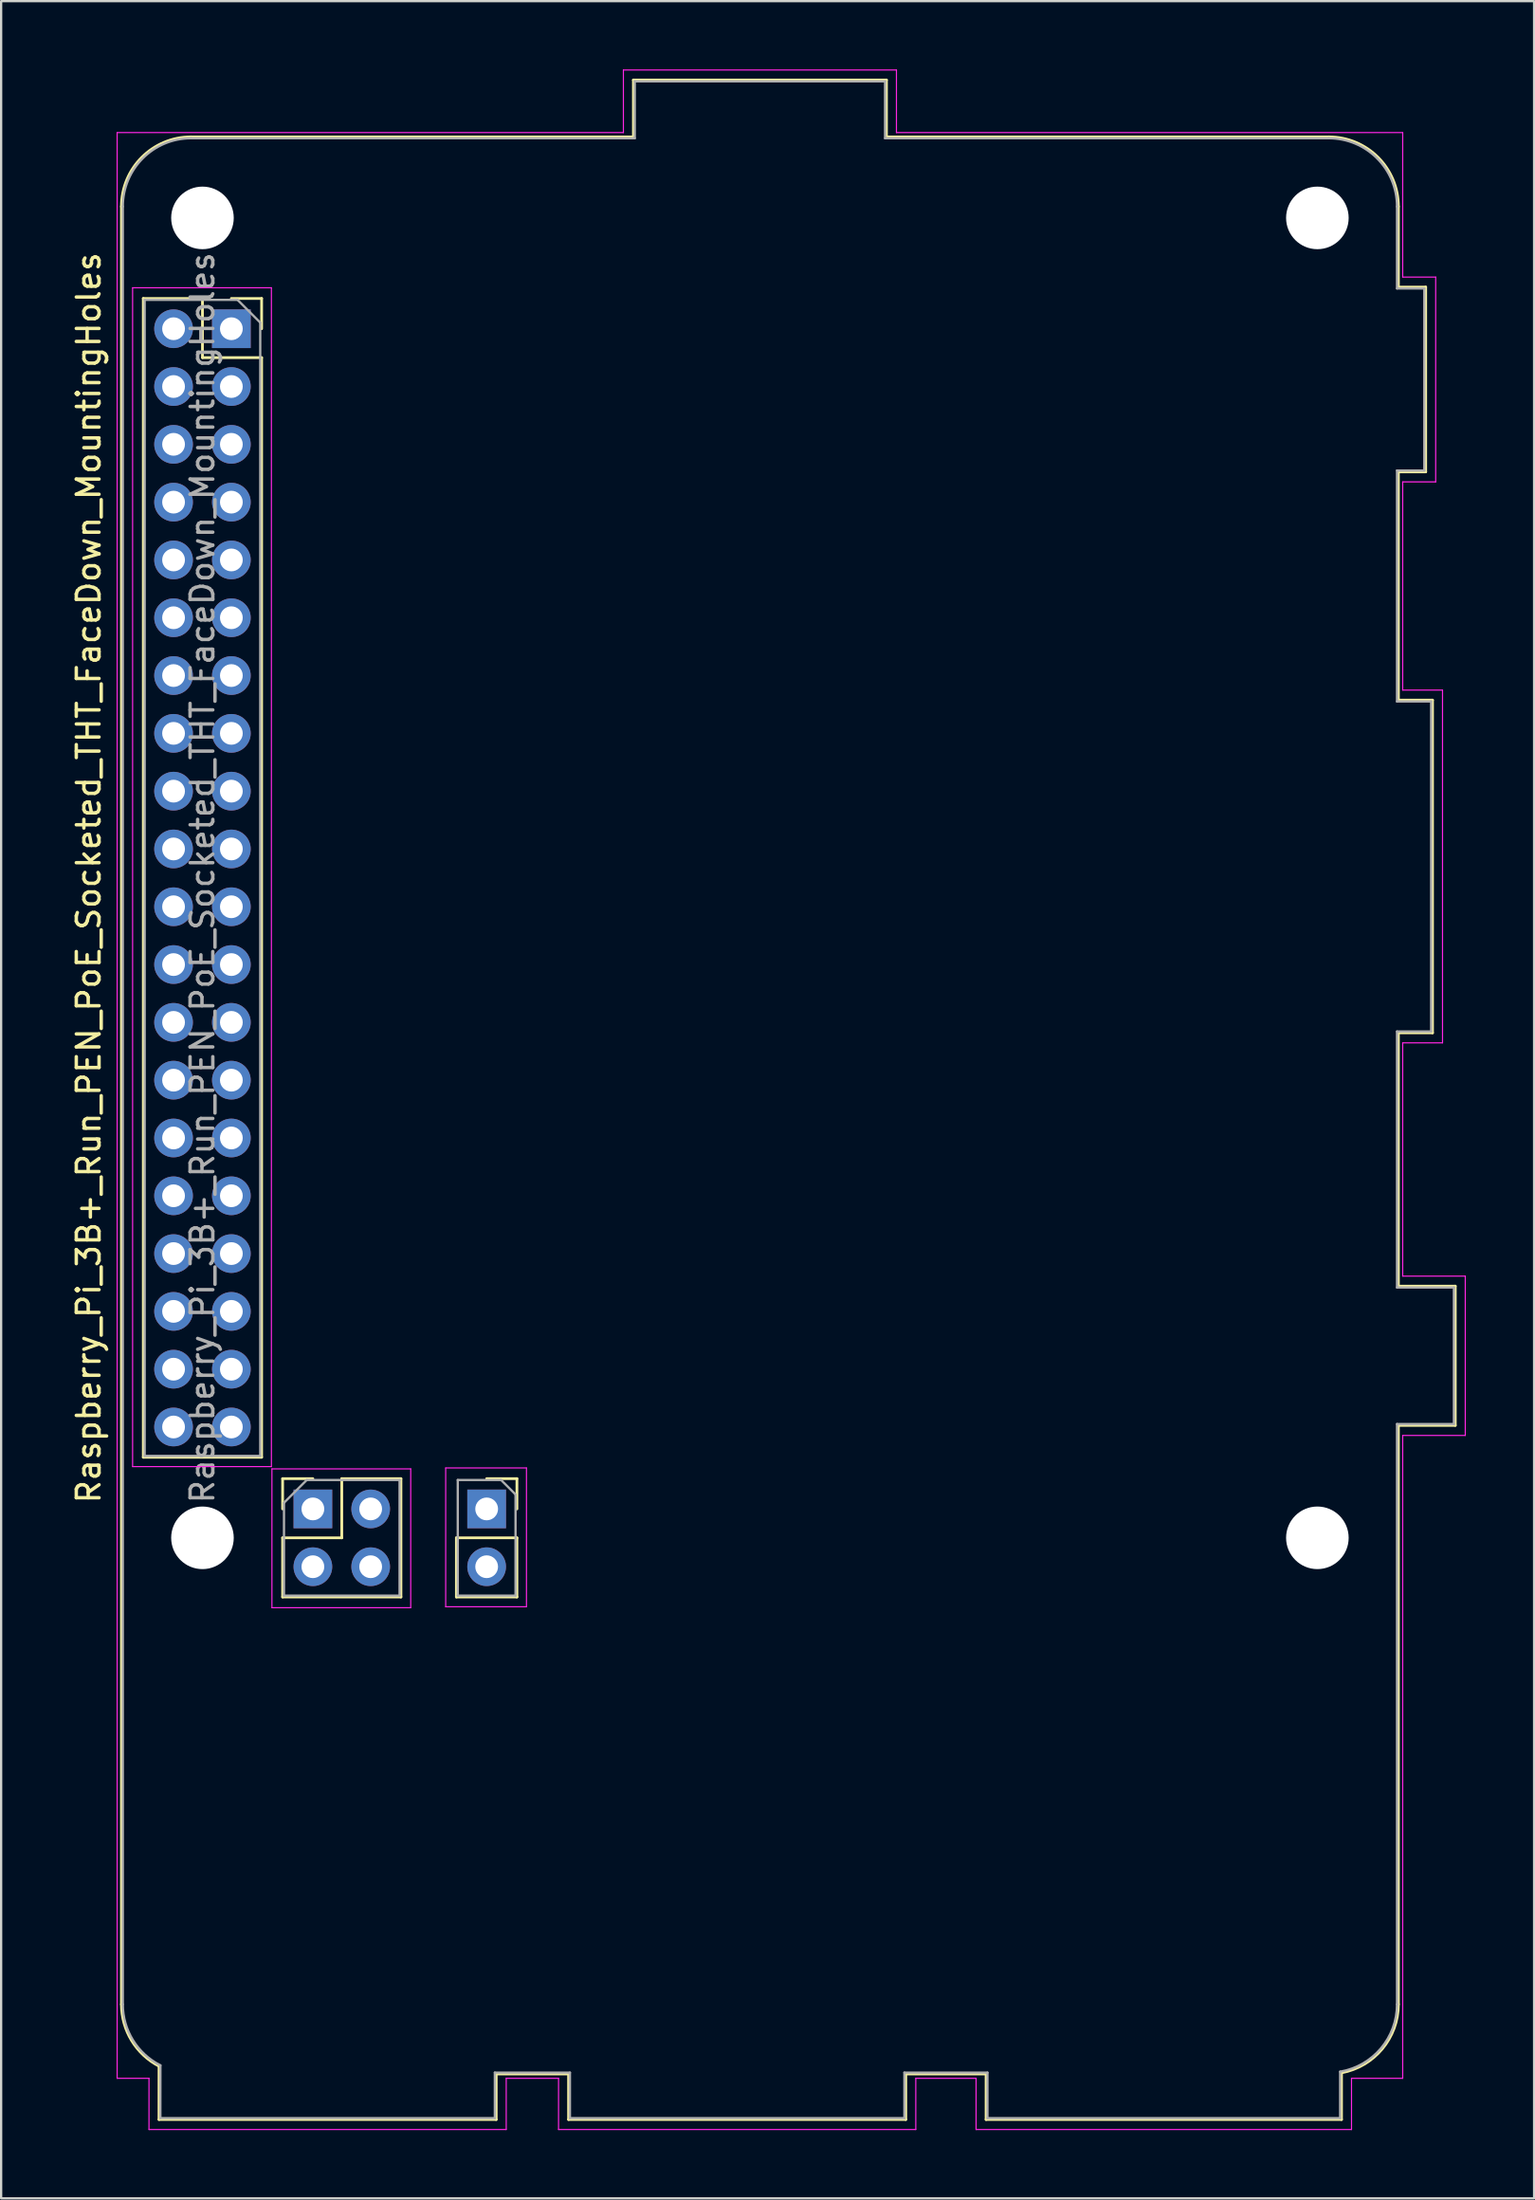
<source format=kicad_pcb>
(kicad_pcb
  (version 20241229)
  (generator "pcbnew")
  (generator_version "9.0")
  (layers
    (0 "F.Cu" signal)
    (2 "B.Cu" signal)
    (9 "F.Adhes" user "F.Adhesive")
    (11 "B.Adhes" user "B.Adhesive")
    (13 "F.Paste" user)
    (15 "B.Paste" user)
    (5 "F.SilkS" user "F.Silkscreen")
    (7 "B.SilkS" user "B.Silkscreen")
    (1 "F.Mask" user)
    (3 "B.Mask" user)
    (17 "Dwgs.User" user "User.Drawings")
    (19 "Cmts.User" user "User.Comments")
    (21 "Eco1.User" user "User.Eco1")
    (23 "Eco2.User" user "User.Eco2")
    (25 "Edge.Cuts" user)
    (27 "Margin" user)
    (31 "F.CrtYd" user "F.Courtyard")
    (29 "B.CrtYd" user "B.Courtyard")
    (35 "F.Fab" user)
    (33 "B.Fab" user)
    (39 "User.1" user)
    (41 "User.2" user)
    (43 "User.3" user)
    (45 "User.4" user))
  (footprint "Raspberry_Pi_3B+_Run_PEN_PoE_Socketed_THT_FaceDown_MountingHoles"
    (layer "F.Cu")
    (at 7.118 11.395)
    (property "Reference" "Raspberry_Pi_3B+_Run_PEN_PoE_Socketed_THT_FaceDown_MountingHoles" (at -6.27 24.13 90) (layer "F.SilkS") (effects (font (size 1 1) (thickness 0.15))))
    (attr through_hole)
    (fp_line (start -4.83 73.63) (end -4.83 -5.37) (stroke (width 0.12) (type solid)) (layer "F.SilkS"))
    (fp_line (start -3.87 -1.33) (end -3.87 49.59) (stroke (width 0.12) (type solid)) (layer "F.SilkS"))
    (fp_line (start -3.87 -1.33) (end -1.27 -1.33) (stroke (width 0.12) (type solid)) (layer "F.SilkS"))
    (fp_line (start -3.87 49.59) (end 1.33 49.59) (stroke (width 0.12) (type solid)) (layer "F.SilkS"))
    (fp_line (start -3.18 78.69) (end -3.178 76.347) (stroke (width 0.12) (type solid)) (layer "F.SilkS"))
    (fp_line (start -1.77 -8.43) (end 17.67 -8.43) (stroke (width 0.12) (type solid)) (layer "F.SilkS"))
    (fp_line (start -1.27 -1.33) (end -1.27 1.27) (stroke (width 0.12) (type solid)) (layer "F.SilkS"))
    (fp_line (start -1.27 1.27) (end 1.33 1.27) (stroke (width 0.12) (type solid)) (layer "F.SilkS"))
    (fp_line (start 0 -1.33) (end 1.33 -1.33) (stroke (width 0.12) (type solid)) (layer "F.SilkS"))
    (fp_line (start 1.33 -1.33) (end 1.33 0) (stroke (width 0.12) (type solid)) (layer "F.SilkS"))
    (fp_line (start 1.33 1.27) (end 1.33 49.59) (stroke (width 0.12) (type solid)) (layer "F.SilkS"))
    (fp_line (start 2.253 50.53) (end 3.583 50.53) (stroke (width 0.12) (type solid)) (layer "F.SilkS"))
    (fp_line (start 2.253 51.86) (end 2.253 50.53) (stroke (width 0.12) (type solid)) (layer "F.SilkS"))
    (fp_line (start 2.253 53.13) (end 4.853 53.13) (stroke (width 0.12) (type solid)) (layer "F.SilkS"))
    (fp_line (start 2.253 55.73) (end 2.253 53.13) (stroke (width 0.12) (type solid)) (layer "F.SilkS"))
    (fp_line (start 2.253 55.73) (end 7.453 55.73) (stroke (width 0.12) (type solid)) (layer "F.SilkS"))
    (fp_line (start 4.853 50.53) (end 7.453 50.53) (stroke (width 0.12) (type solid)) (layer "F.SilkS"))
    (fp_line (start 4.853 53.13) (end 4.853 50.53) (stroke (width 0.12) (type solid)) (layer "F.SilkS"))
    (fp_line (start 7.453 55.73) (end 7.453 50.53) (stroke (width 0.12) (type solid)) (layer "F.SilkS"))
    (fp_line (start 9.89 53.13) (end 9.89 55.73) (stroke (width 0.12) (type solid)) (layer "F.SilkS"))
    (fp_line (start 9.89 53.13) (end 12.55 53.13) (stroke (width 0.12) (type solid)) (layer "F.SilkS"))
    (fp_line (start 9.89 55.73) (end 12.55 55.73) (stroke (width 0.12) (type solid)) (layer "F.SilkS"))
    (fp_line (start 11.22 50.53) (end 12.55 50.53) (stroke (width 0.12) (type solid)) (layer "F.SilkS"))
    (fp_line (start 11.64 76.69) (end 11.64 78.69) (stroke (width 0.12) (type solid)) (layer "F.SilkS"))
    (fp_line (start 11.64 78.69) (end -3.18 78.69) (stroke (width 0.12) (type solid)) (layer "F.SilkS"))
    (fp_line (start 12.55 50.53) (end 12.55 51.86) (stroke (width 0.12) (type solid)) (layer "F.SilkS"))
    (fp_line (start 12.55 53.13) (end 12.55 55.73) (stroke (width 0.12) (type solid)) (layer "F.SilkS"))
    (fp_line (start 14.82 76.69) (end 11.64 76.69) (stroke (width 0.12) (type solid)) (layer "F.SilkS"))
    (fp_line (start 14.82 78.69) (end 14.82 76.69) (stroke (width 0.12) (type solid)) (layer "F.SilkS"))
    (fp_line (start 17.67 -10.93) (end 17.67 -8.43) (stroke (width 0.12) (type solid)) (layer "F.SilkS"))
    (fp_line (start 28.79 -10.93) (end 17.67 -10.93) (stroke (width 0.12) (type solid)) (layer "F.SilkS"))
    (fp_line (start 28.79 -8.43) (end 28.79 -10.93) (stroke (width 0.12) (type solid)) (layer "F.SilkS"))
    (fp_line (start 29.64 76.69) (end 29.64 78.69) (stroke (width 0.12) (type solid)) (layer "F.SilkS"))
    (fp_line (start 29.64 78.69) (end 14.82 78.69) (stroke (width 0.12) (type solid)) (layer "F.SilkS"))
    (fp_line (start 33.17 76.69) (end 29.64 76.69) (stroke (width 0.12) (type solid)) (layer "F.SilkS"))
    (fp_line (start 33.17 78.69) (end 33.17 76.69) (stroke (width 0.12) (type solid)) (layer "F.SilkS"))
    (fp_line (start 48.23 -8.43) (end 28.79 -8.43) (stroke (width 0.12) (type solid)) (layer "F.SilkS"))
    (fp_line (start 48.79 78.69) (end 33.17 78.69) (stroke (width 0.12) (type solid)) (layer "F.SilkS"))
    (fp_line (start 48.79 78.69) (end 48.79 76.638) (stroke (width 0.12) (type solid)) (layer "F.SilkS"))
    (fp_line (start 51.29 -5.37) (end 51.29 -1.83) (stroke (width 0.12) (type solid)) (layer "F.SilkS"))
    (fp_line (start 51.29 -1.83) (end 52.49 -1.83) (stroke (width 0.12) (type solid)) (layer "F.SilkS"))
    (fp_line (start 51.29 6.29) (end 51.29 16.32) (stroke (width 0.12) (type solid)) (layer "F.SilkS"))
    (fp_line (start 51.29 16.32) (end 52.79 16.32) (stroke (width 0.12) (type solid)) (layer "F.SilkS"))
    (fp_line (start 51.29 30.94) (end 51.29 42.07) (stroke (width 0.12) (type solid)) (layer "F.SilkS"))
    (fp_line (start 51.29 42.07) (end 53.79 42.07) (stroke (width 0.12) (type solid)) (layer "F.SilkS"))
    (fp_line (start 51.29 48.19) (end 51.29 73.63) (stroke (width 0.12) (type solid)) (layer "F.SilkS"))
    (fp_line (start 52.49 -1.83) (end 52.49 6.29) (stroke (width 0.12) (type solid)) (layer "F.SilkS"))
    (fp_line (start 52.49 6.29) (end 51.29 6.29) (stroke (width 0.12) (type solid)) (layer "F.SilkS"))
    (fp_line (start 52.79 16.32) (end 52.79 30.94) (stroke (width 0.12) (type solid)) (layer "F.SilkS"))
    (fp_line (start 52.79 30.94) (end 51.29 30.94) (stroke (width 0.12) (type solid)) (layer "F.SilkS"))
    (fp_line (start 53.79 42.07) (end 53.79 48.19) (stroke (width 0.12) (type solid)) (layer "F.SilkS"))
    (fp_line (start 53.79 48.19) (end 51.29 48.19) (stroke (width 0.12) (type solid)) (layer "F.SilkS"))
    (fp_arc (start -4.83 -5.37) (mid -3.933747 -7.533747) (end -1.77 -8.43) (stroke (width 0.12) (type solid)) (layer "F.SilkS"))
    (fp_arc (start -3.178211 76.346715) (mid -4.384644 75.219728) (end -4.83 73.63) (stroke (width 0.12) (type solid)) (layer "F.SilkS"))
    (fp_arc (start 48.23 -8.43) (mid 50.393747 -7.533747) (end 51.29 -5.37) (stroke (width 0.12) (type solid)) (layer "F.SilkS"))
    (fp_arc (start 51.29 73.63) (mid 50.583325 75.585879) (end 48.789698 76.638378) (stroke (width 0.12) (type solid)) (layer "F.SilkS"))
    (fp_line (start -5.02 -8.62) (end 17.23 -8.62) (stroke (width 0.05) (type solid)) (layer "F.CrtYd"))
    (fp_line (start -5.02 76.88) (end -5.02 -8.62) (stroke (width 0.05) (type solid)) (layer "F.CrtYd"))
    (fp_line (start -4.34 -1.8) (end 1.76 -1.8) (stroke (width 0.05) (type solid)) (layer "F.CrtYd"))
    (fp_line (start -4.34 50) (end -4.34 -1.8) (stroke (width 0.05) (type solid)) (layer "F.CrtYd"))
    (fp_line (start -3.62 76.88) (end -5.02 76.88) (stroke (width 0.05) (type solid)) (layer "F.CrtYd"))
    (fp_line (start -3.62 79.13) (end -3.62 76.88) (stroke (width 0.05) (type solid)) (layer "F.CrtYd"))
    (fp_line (start 1.76 -1.8) (end 1.76 50) (stroke (width 0.05) (type solid)) (layer "F.CrtYd"))
    (fp_line (start 1.76 50) (end -4.34 50) (stroke (width 0.05) (type solid)) (layer "F.CrtYd"))
    (fp_line (start 1.783 50.1) (end 7.883 50.1) (stroke (width 0.05) (type solid)) (layer "F.CrtYd"))
    (fp_line (start 1.783 56.2) (end 1.783 50.1) (stroke (width 0.05) (type solid)) (layer "F.CrtYd"))
    (fp_line (start 7.883 50.1) (end 7.883 56.2) (stroke (width 0.05) (type solid)) (layer "F.CrtYd"))
    (fp_line (start 7.883 56.2) (end 1.783 56.2) (stroke (width 0.05) (type solid)) (layer "F.CrtYd"))
    (fp_line (start 9.42 50.06) (end 12.97 50.06) (stroke (width 0.05) (type solid)) (layer "F.CrtYd"))
    (fp_line (start 9.42 56.16) (end 9.42 50.06) (stroke (width 0.05) (type solid)) (layer "F.CrtYd"))
    (fp_line (start 12.08 76.88) (end 12.08 79.13) (stroke (width 0.05) (type solid)) (layer "F.CrtYd"))
    (fp_line (start 12.08 79.13) (end -3.62 79.13) (stroke (width 0.05) (type solid)) (layer "F.CrtYd"))
    (fp_line (start 12.97 50.06) (end 12.97 56.16) (stroke (width 0.05) (type solid)) (layer "F.CrtYd"))
    (fp_line (start 12.97 56.16) (end 9.42 56.16) (stroke (width 0.05) (type solid)) (layer "F.CrtYd"))
    (fp_line (start 14.38 76.88) (end 12.08 76.88) (stroke (width 0.05) (type solid)) (layer "F.CrtYd"))
    (fp_line (start 14.38 79.13) (end 14.38 76.88) (stroke (width 0.05) (type solid)) (layer "F.CrtYd"))
    (fp_line (start 17.23 -11.37) (end 29.23 -11.37) (stroke (width 0.05) (type solid)) (layer "F.CrtYd"))
    (fp_line (start 17.23 -8.62) (end 17.23 -11.37) (stroke (width 0.05) (type solid)) (layer "F.CrtYd"))
    (fp_line (start 29.23 -11.37) (end 29.23 -8.62) (stroke (width 0.05) (type solid)) (layer "F.CrtYd"))
    (fp_line (start 29.23 -8.62) (end 51.48 -8.62) (stroke (width 0.05) (type solid)) (layer "F.CrtYd"))
    (fp_line (start 30.08 76.88) (end 30.08 79.13) (stroke (width 0.05) (type solid)) (layer "F.CrtYd"))
    (fp_line (start 30.08 79.13) (end 14.38 79.13) (stroke (width 0.05) (type solid)) (layer "F.CrtYd"))
    (fp_line (start 32.73 76.88) (end 30.08 76.88) (stroke (width 0.05) (type solid)) (layer "F.CrtYd"))
    (fp_line (start 32.73 79.13) (end 32.73 76.88) (stroke (width 0.05) (type solid)) (layer "F.CrtYd"))
    (fp_line (start 49.23 76.88) (end 49.23 79.13) (stroke (width 0.05) (type solid)) (layer "F.CrtYd"))
    (fp_line (start 49.23 79.13) (end 32.73 79.13) (stroke (width 0.05) (type solid)) (layer "F.CrtYd"))
    (fp_line (start 51.48 -8.62) (end 51.48 -2.27) (stroke (width 0.05) (type solid)) (layer "F.CrtYd"))
    (fp_line (start 51.48 -2.27) (end 52.93 -2.27) (stroke (width 0.05) (type solid)) (layer "F.CrtYd"))
    (fp_line (start 51.48 6.73) (end 51.48 15.88) (stroke (width 0.05) (type solid)) (layer "F.CrtYd"))
    (fp_line (start 51.48 15.88) (end 53.23 15.88) (stroke (width 0.05) (type solid)) (layer "F.CrtYd"))
    (fp_line (start 51.48 31.38) (end 51.48 41.63) (stroke (width 0.05) (type solid)) (layer "F.CrtYd"))
    (fp_line (start 51.48 41.63) (end 54.23 41.63) (stroke (width 0.05) (type solid)) (layer "F.CrtYd"))
    (fp_line (start 51.48 48.63) (end 51.48 76.88) (stroke (width 0.05) (type solid)) (layer "F.CrtYd"))
    (fp_line (start 51.48 76.88) (end 49.23 76.88) (stroke (width 0.05) (type solid)) (layer "F.CrtYd"))
    (fp_line (start 52.93 -2.27) (end 52.93 6.73) (stroke (width 0.05) (type solid)) (layer "F.CrtYd"))
    (fp_line (start 52.93 6.73) (end 51.48 6.73) (stroke (width 0.05) (type solid)) (layer "F.CrtYd"))
    (fp_line (start 53.23 15.88) (end 53.23 31.38) (stroke (width 0.05) (type solid)) (layer "F.CrtYd"))
    (fp_line (start 53.23 31.38) (end 51.48 31.38) (stroke (width 0.05) (type solid)) (layer "F.CrtYd"))
    (fp_line (start 54.23 41.63) (end 54.23 48.63) (stroke (width 0.05) (type solid)) (layer "F.CrtYd"))
    (fp_line (start 54.23 48.63) (end 51.48 48.63) (stroke (width 0.05) (type solid)) (layer "F.CrtYd"))
    (fp_line (start -4.77 73.63) (end -4.77 -5.37) (stroke (width 0.1) (type solid)) (layer "F.Fab"))
    (fp_line (start -3.81 -1.27) (end 0.27 -1.27) (stroke (width 0.1) (type solid)) (layer "F.Fab"))
    (fp_line (start -3.81 49.53) (end -3.81 -1.27) (stroke (width 0.1) (type solid)) (layer "F.Fab"))
    (fp_line (start -3.12 78.63) (end 11.58 78.63) (stroke (width 0.1) (type solid)) (layer "F.Fab"))
    (fp_line (start -3.118 76.31) (end -3.12 78.63) (stroke (width 0.1) (type solid)) (layer "F.Fab"))
    (fp_line (start -1.77 -8.37) (end 17.73 -8.37) (stroke (width 0.1) (type solid)) (layer "F.Fab"))
    (fp_line (start 0.27 -1.27) (end 1.27 -0.27) (stroke (width 0.1) (type solid)) (layer "F.Fab"))
    (fp_line (start 1.27 -0.27) (end 1.27 49.53) (stroke (width 0.1) (type solid)) (layer "F.Fab"))
    (fp_line (start 1.27 49.53) (end -3.81 49.53) (stroke (width 0.1) (type solid)) (layer "F.Fab"))
    (fp_line (start 2.313 51.59) (end 3.313 50.59) (stroke (width 0.1) (type solid)) (layer "F.Fab"))
    (fp_line (start 2.313 55.67) (end 2.313 51.59) (stroke (width 0.1) (type solid)) (layer "F.Fab"))
    (fp_line (start 3.313 50.59) (end 7.393 50.59) (stroke (width 0.1) (type solid)) (layer "F.Fab"))
    (fp_line (start 7.393 50.59) (end 7.393 55.67) (stroke (width 0.1) (type solid)) (layer "F.Fab"))
    (fp_line (start 7.393 55.67) (end 2.313 55.67) (stroke (width 0.1) (type solid)) (layer "F.Fab"))
    (fp_line (start 9.95 50.59) (end 11.855 50.59) (stroke (width 0.1) (type solid)) (layer "F.Fab"))
    (fp_line (start 9.95 55.67) (end 9.95 50.59) (stroke (width 0.1) (type solid)) (layer "F.Fab"))
    (fp_line (start 11.58 76.63) (end 14.88 76.63) (stroke (width 0.1) (type solid)) (layer "F.Fab"))
    (fp_line (start 11.58 78.63) (end 11.58 76.63) (stroke (width 0.1) (type solid)) (layer "F.Fab"))
    (fp_line (start 11.855 50.59) (end 12.49 51.225) (stroke (width 0.1) (type solid)) (layer "F.Fab"))
    (fp_line (start 12.49 51.225) (end 12.49 55.67) (stroke (width 0.1) (type solid)) (layer "F.Fab"))
    (fp_line (start 12.49 55.67) (end 9.95 55.67) (stroke (width 0.1) (type solid)) (layer "F.Fab"))
    (fp_line (start 14.88 76.63) (end 14.88 78.63) (stroke (width 0.1) (type solid)) (layer "F.Fab"))
    (fp_line (start 14.88 78.63) (end 29.58 78.63) (stroke (width 0.1) (type solid)) (layer "F.Fab"))
    (fp_line (start 17.73 -10.87) (end 17.73 -8.37) (stroke (width 0.1) (type solid)) (layer "F.Fab"))
    (fp_line (start 28.73 -10.87) (end 17.73 -10.87) (stroke (width 0.1) (type solid)) (layer "F.Fab"))
    (fp_line (start 28.73 -8.37) (end 28.73 -10.87) (stroke (width 0.1) (type solid)) (layer "F.Fab"))
    (fp_line (start 29.58 76.63) (end 33.23 76.63) (stroke (width 0.1) (type solid)) (layer "F.Fab"))
    (fp_line (start 29.58 78.63) (end 29.58 76.63) (stroke (width 0.1) (type solid)) (layer "F.Fab"))
    (fp_line (start 33.23 76.63) (end 33.23 78.63) (stroke (width 0.1) (type solid)) (layer "F.Fab"))
    (fp_line (start 33.23 78.63) (end 48.73 78.63) (stroke (width 0.1) (type solid)) (layer "F.Fab"))
    (fp_line (start 48.23 -8.37) (end 28.73 -8.37) (stroke (width 0.1) (type solid)) (layer "F.Fab"))
    (fp_line (start 48.73 78.63) (end 48.73 76.588) (stroke (width 0.1) (type solid)) (layer "F.Fab"))
    (fp_line (start 51.23 -5.37) (end 51.23 -1.77) (stroke (width 0.1) (type solid)) (layer "F.Fab"))
    (fp_line (start 51.23 -1.77) (end 52.43 -1.77) (stroke (width 0.1) (type solid)) (layer "F.Fab"))
    (fp_line (start 51.23 6.23) (end 51.23 16.38) (stroke (width 0.1) (type solid)) (layer "F.Fab"))
    (fp_line (start 51.23 16.38) (end 52.73 16.38) (stroke (width 0.1) (type solid)) (layer "F.Fab"))
    (fp_line (start 51.23 30.88) (end 51.23 42.13) (stroke (width 0.1) (type solid)) (layer "F.Fab"))
    (fp_line (start 51.23 42.13) (end 53.73 42.13) (stroke (width 0.1) (type solid)) (layer "F.Fab"))
    (fp_line (start 51.23 48.13) (end 51.23 73.63) (stroke (width 0.1) (type solid)) (layer "F.Fab"))
    (fp_line (start 52.43 -1.77) (end 52.43 6.23) (stroke (width 0.1) (type solid)) (layer "F.Fab"))
    (fp_line (start 52.43 6.23) (end 51.23 6.23) (stroke (width 0.1) (type solid)) (layer "F.Fab"))
    (fp_line (start 52.73 16.38) (end 52.73 30.88) (stroke (width 0.1) (type solid)) (layer "F.Fab"))
    (fp_line (start 52.73 30.88) (end 51.23 30.88) (stroke (width 0.1) (type solid)) (layer "F.Fab"))
    (fp_line (start 53.73 42.13) (end 53.73 48.13) (stroke (width 0.1) (type solid)) (layer "F.Fab"))
    (fp_line (start 53.73 48.13) (end 51.23 48.13) (stroke (width 0.1) (type solid)) (layer "F.Fab"))
    (fp_arc (start -4.77 -5.37) (mid -3.89132 -7.49132) (end -1.77 -8.37) (stroke (width 0.1) (type solid)) (layer "F.Fab"))
    (fp_arc (start -3.117957 76.310114) (mid -4.323808 75.204187) (end -4.77 73.63) (stroke (width 0.1) (type solid)) (layer "F.Fab"))
    (fp_arc (start 48.23 -8.37) (mid 50.35132 -7.49132) (end 51.23 -5.37) (stroke (width 0.1) (type solid)) (layer "F.Fab"))
    (fp_arc (start 51.23 73.63) (mid 50.521388 75.566373) (end 48.730306 76.587988) (stroke (width 0.1) (type solid)) (layer "F.Fab"))
    (fp_text user "${REFERENCE}" (at -1.27 24.13 90) (layer "F.Fab") (effects (font (size 1 1) (thickness 0.15))))
    (pad "" np_thru_hole circle (at -1.27 -4.87 90) (size 2.75 2.75) (drill 2.75) (layers "*.Cu" "*.Mask"))
    (pad "" np_thru_hole circle (at -1.27 53.13 90) (size 2.75 2.75) (drill 2.75) (layers "*.Cu" "*.Mask"))
    (pad "" np_thru_hole circle (at 47.73 -4.87 90) (size 2.75 2.75) (drill 2.75) (layers "*.Cu" "*.Mask"))
    (pad "" np_thru_hole circle (at 47.73 53.13 90) (size 2.75 2.75) (drill 2.75) (layers "*.Cu" "*.Mask"))
    (pad "1" thru_hole rect (at 0 0) (size 1.7 1.7) (drill 1) (layers "*.Cu" "*.Mask"))
    (pad "2" thru_hole oval (at -2.54 0) (size 1.7 1.7) (drill 1) (layers "*.Cu" "*.Mask"))
    (pad "3" thru_hole oval (at 0 2.54) (size 1.7 1.7) (drill 1) (layers "*.Cu" "*.Mask"))
    (pad "4" thru_hole oval (at -2.54 2.54) (size 1.7 1.7) (drill 1) (layers "*.Cu" "*.Mask"))
    (pad "5" thru_hole oval (at 0 5.08) (size 1.7 1.7) (drill 1) (layers "*.Cu" "*.Mask"))
    (pad "6" thru_hole oval (at -2.54 5.08) (size 1.7 1.7) (drill 1) (layers "*.Cu" "*.Mask"))
    (pad "7" thru_hole oval (at 0 7.62) (size 1.7 1.7) (drill 1) (layers "*.Cu" "*.Mask"))
    (pad "8" thru_hole oval (at -2.54 7.62) (size 1.7 1.7) (drill 1) (layers "*.Cu" "*.Mask"))
    (pad "9" thru_hole oval (at 0 10.16) (size 1.7 1.7) (drill 1) (layers "*.Cu" "*.Mask"))
    (pad "10" thru_hole oval (at -2.54 10.16) (size 1.7 1.7) (drill 1) (layers "*.Cu" "*.Mask"))
    (pad "11" thru_hole oval (at 0 12.7) (size 1.7 1.7) (drill 1) (layers "*.Cu" "*.Mask"))
    (pad "12" thru_hole oval (at -2.54 12.7) (size 1.7 1.7) (drill 1) (layers "*.Cu" "*.Mask"))
    (pad "13" thru_hole oval (at 0 15.24) (size 1.7 1.7) (drill 1) (layers "*.Cu" "*.Mask"))
    (pad "14" thru_hole oval (at -2.54 15.24) (size 1.7 1.7) (drill 1) (layers "*.Cu" "*.Mask"))
    (pad "15" thru_hole oval (at 0 17.78) (size 1.7 1.7) (drill 1) (layers "*.Cu" "*.Mask"))
    (pad "16" thru_hole oval (at -2.54 17.78) (size 1.7 1.7) (drill 1) (layers "*.Cu" "*.Mask"))
    (pad "17" thru_hole oval (at 0 20.32) (size 1.7 1.7) (drill 1) (layers "*.Cu" "*.Mask"))
    (pad "18" thru_hole oval (at -2.54 20.32) (size 1.7 1.7) (drill 1) (layers "*.Cu" "*.Mask"))
    (pad "19" thru_hole oval (at 0 22.86) (size 1.7 1.7) (drill 1) (layers "*.Cu" "*.Mask"))
    (pad "20" thru_hole oval (at -2.54 22.86) (size 1.7 1.7) (drill 1) (layers "*.Cu" "*.Mask"))
    (pad "21" thru_hole oval (at 0 25.4) (size 1.7 1.7) (drill 1) (layers "*.Cu" "*.Mask"))
    (pad "22" thru_hole oval (at -2.54 25.4) (size 1.7 1.7) (drill 1) (layers "*.Cu" "*.Mask"))
    (pad "23" thru_hole oval (at 0 27.94) (size 1.7 1.7) (drill 1) (layers "*.Cu" "*.Mask"))
    (pad "24" thru_hole oval (at -2.54 27.94) (size 1.7 1.7) (drill 1) (layers "*.Cu" "*.Mask"))
    (pad "25" thru_hole oval (at 0 30.48) (size 1.7 1.7) (drill 1) (layers "*.Cu" "*.Mask"))
    (pad "26" thru_hole oval (at -2.54 30.48) (size 1.7 1.7) (drill 1) (layers "*.Cu" "*.Mask"))
    (pad "27" thru_hole oval (at 0 33.02) (size 1.7 1.7) (drill 1) (layers "*.Cu" "*.Mask"))
    (pad "28" thru_hole oval (at -2.54 33.02) (size 1.7 1.7) (drill 1) (layers "*.Cu" "*.Mask"))
    (pad "29" thru_hole oval (at 0 35.56) (size 1.7 1.7) (drill 1) (layers "*.Cu" "*.Mask"))
    (pad "30" thru_hole oval (at -2.54 35.56) (size 1.7 1.7) (drill 1) (layers "*.Cu" "*.Mask"))
    (pad "31" thru_hole oval (at 0 38.1) (size 1.7 1.7) (drill 1) (layers "*.Cu" "*.Mask"))
    (pad "32" thru_hole oval (at -2.54 38.1) (size 1.7 1.7) (drill 1) (layers "*.Cu" "*.Mask"))
    (pad "33" thru_hole oval (at 0 40.64) (size 1.7 1.7) (drill 1) (layers "*.Cu" "*.Mask"))
    (pad "34" thru_hole oval (at -2.54 40.64) (size 1.7 1.7) (drill 1) (layers "*.Cu" "*.Mask"))
    (pad "35" thru_hole oval (at 0 43.18) (size 1.7 1.7) (drill 1) (layers "*.Cu" "*.Mask"))
    (pad "36" thru_hole oval (at -2.54 43.18) (size 1.7 1.7) (drill 1) (layers "*.Cu" "*.Mask"))
    (pad "37" thru_hole oval (at 0 45.72) (size 1.7 1.7) (drill 1) (layers "*.Cu" "*.Mask"))
    (pad "38" thru_hole oval (at -2.54 45.72) (size 1.7 1.7) (drill 1) (layers "*.Cu" "*.Mask"))
    (pad "39" thru_hole oval (at 0 48.26) (size 1.7 1.7) (drill 1) (layers "*.Cu" "*.Mask"))
    (pad "40" thru_hole oval (at -2.54 48.26) (size 1.7 1.7) (drill 1) (layers "*.Cu" "*.Mask"))
    (pad "41" thru_hole rect (at 3.583 51.86 90) (size 1.7 1.7) (drill 1) (layers "*.Cu" "*.Mask"))
    (pad "42" thru_hole oval (at 3.583 54.4 90) (size 1.7 1.7) (drill 1) (layers "*.Cu" "*.Mask"))
    (pad "43" thru_hole oval (at 6.123 51.86 90) (size 1.7 1.7) (drill 1) (layers "*.Cu" "*.Mask"))
    (pad "44" thru_hole oval (at 6.123 54.4 90) (size 1.7 1.7) (drill 1) (layers "*.Cu" "*.Mask"))
    (pad "45" thru_hole rect (at 11.22 51.86) (size 1.7 1.7) (drill 1) (layers "*.Cu" "*.Mask"))
    (pad "46" thru_hole oval (at 11.22 54.4) (size 1.7 1.7) (drill 1) (layers "*.Cu" "*.Mask")))
  (gr_rect
    (start -3 -3)
    (end 64.373 93.55)
    (stroke (width 0.1) (type default))
    (fill no)
    (layer "Edge.Cuts")))
</source>
